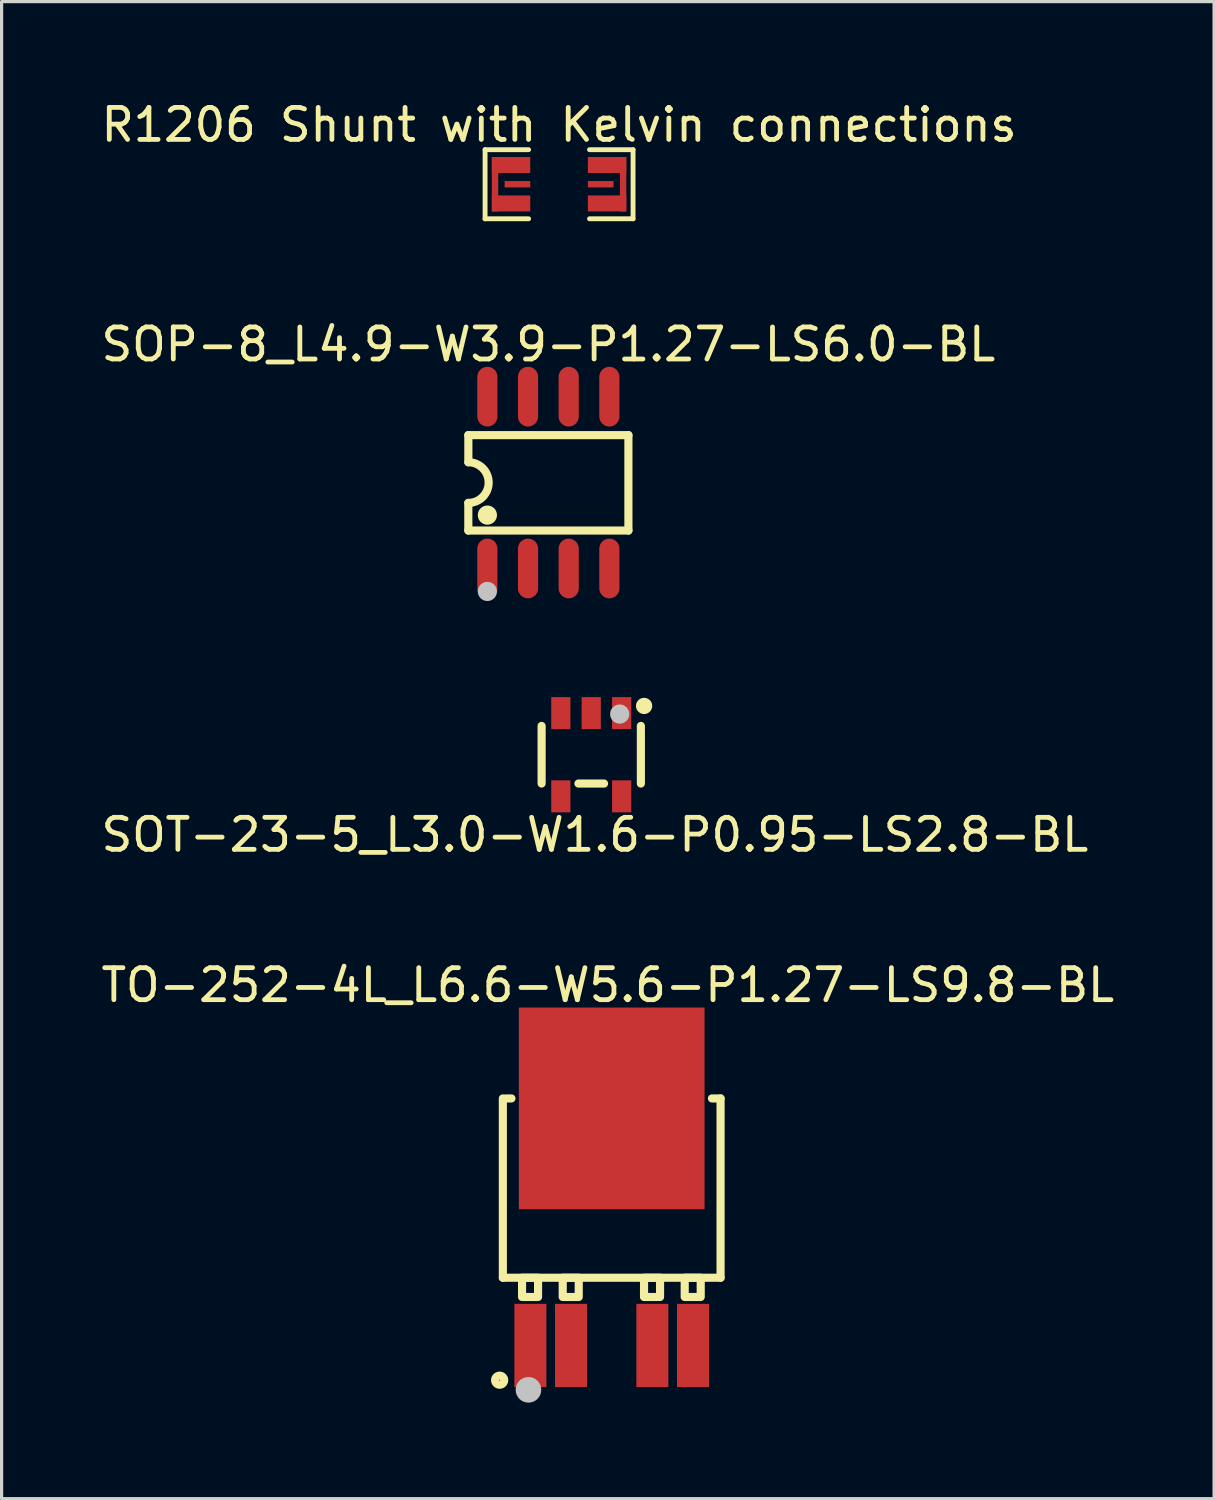
<source format=kicad_pcb>
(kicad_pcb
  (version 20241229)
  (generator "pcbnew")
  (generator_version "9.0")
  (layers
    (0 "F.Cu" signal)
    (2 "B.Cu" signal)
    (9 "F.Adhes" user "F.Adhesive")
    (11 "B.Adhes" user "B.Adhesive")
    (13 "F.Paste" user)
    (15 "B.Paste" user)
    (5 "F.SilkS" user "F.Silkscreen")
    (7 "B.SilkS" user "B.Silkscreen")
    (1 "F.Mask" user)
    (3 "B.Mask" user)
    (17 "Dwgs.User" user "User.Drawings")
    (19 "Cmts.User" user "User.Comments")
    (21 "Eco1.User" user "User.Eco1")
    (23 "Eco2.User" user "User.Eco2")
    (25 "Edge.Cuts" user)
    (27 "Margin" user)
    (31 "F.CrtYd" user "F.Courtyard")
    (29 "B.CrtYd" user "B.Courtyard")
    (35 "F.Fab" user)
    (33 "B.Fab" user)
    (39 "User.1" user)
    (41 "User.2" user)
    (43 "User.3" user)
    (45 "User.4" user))
  (footprint "R1206 Shunt with Kelvin connections"
    (layer "F.Cu")
    (at 14.411 2.704)
    (property "Reference" "R1206 Shunt with Kelvin connections" (at 0 -1.855 0) (layer "F.SilkS") (effects (font (size 1 1) (thickness 0.15))))
    (fp_line (start -2.311 -1.079) (end -0.951 -1.079) (stroke (width 0.152) (type default)) (layer "F.SilkS"))
    (fp_line (start -2.311 1.079) (end -2.311 -1.079) (stroke (width 0.152) (type default)) (layer "F.SilkS"))
    (fp_line (start -0.951 1.079) (end -2.311 1.079) (stroke (width 0.152) (type default)) (layer "F.SilkS"))
    (fp_line (start 0.951 1.079) (end 2.311 1.079) (stroke (width 0.152) (type default)) (layer "F.SilkS"))
    (fp_line (start 2.311 -1.079) (end 0.951 -1.079) (stroke (width 0.152) (type default)) (layer "F.SilkS"))
    (fp_line (start 2.311 1.079) (end 2.311 -1.079) (stroke (width 0.152) (type default)) (layer "F.SilkS"))
    (fp_poly (pts (xy -1.55 0.787) (xy -1.55 -0.787) (xy -1.1 -0.787) (xy -1.1 0.787)) (stroke (width 0.1) (type default)) (fill no) (layer "User.1"))
    (fp_poly (pts (xy 1.55 0.787) (xy 1.55 -0.787) (xy 1.1 -0.787) (xy 1.1 0.787)) (stroke (width 0.1) (type default)) (fill no) (layer "User.1"))
    (fp_line (start -1.55 -0.787) (end 1.55 -0.787) (stroke (width 0.051) (type default)) (layer "User.2"))
    (fp_line (start -1.55 0.787) (end -1.55 -0.787) (stroke (width 0.051) (type default)) (layer "User.2"))
    (fp_line (start 1.55 -0.787) (end 1.55 0.787) (stroke (width 0.051) (type default)) (layer "User.2"))
    (fp_line (start 1.55 0.787) (end -1.55 0.787) (stroke (width 0.051) (type default)) (layer "User.2"))
    (fp_poly (pts (xy -1.495 0.765) (xy -1.527 0.732) (xy -1.573 0.732) (xy -1.605 0.765) (xy -1.605 0.81) (xy -1.573 0.843) (xy -1.527 0.843) (xy -1.495 0.81)) (stroke (width 0.1) (type default)) (fill no) (layer "User.3"))
    (pad "1" smd rect (at -2 0) (size 0.2 1.7) (layers "F.Cu") (padstack (mode custom) (layer "B.Cu" (shape rect) (size 1.208 0.5))))
    (pad "1" smd rect (at -1.5 -0.6) (size 1.2 0.5) (layers "F.Cu" "F.Mask" "F.Paste") (padstack (mode custom) (layer "B.Cu" (shape rect) (size 1.208 0.5))))
    (pad "1" smd rect (at -1.5 0.6) (size 1.2 0.5) (layers "F.Cu" "F.Mask" "F.Paste") (padstack (mode custom) (layer "B.Cu" (shape rect) (size 1.208 0.5))))
    (pad "2" smd rect (at 1.5 -0.6) (size 1.2 0.5) (layers "F.Cu" "F.Mask" "F.Paste") (padstack (mode custom) (layer "B.Cu" (shape rect) (size 1.208 0.5))))
    (pad "2" smd rect (at 1.5 0.6) (size 1.2 0.5) (layers "F.Cu" "F.Mask" "F.Paste") (padstack (mode custom) (layer "B.Cu" (shape rect) (size 1.208 0.5))))
    (pad "2" smd rect (at 2 0) (size 0.2 1.7) (layers "F.Cu") (padstack (mode custom) (layer "B.Cu" (shape rect) (size 1.208 0.5))))
    (pad "3" smd rect (at -1.3 0) (size 0.8 0.2) (layers "F.Cu" "F.Mask" "F.Paste"))
    (pad "4" smd rect (at 1.3 0) (size 0.8 0.2) (layers "F.Cu" "F.Mask" "F.Paste")))
  (footprint "SOP-8_L4.9-W3.9-P1.27-LS6.0-BL"
    (layer "F.Cu")
    (at 14.077 12.022)
    (property "Reference" "SOP-8_L4.9-W3.9-P1.27-LS6.0-BL" (at 0 -4.315 0) (layer "F.SilkS") (effects (font (size 1 1) (thickness 0.15))))
    (fp_line (start -2.5 -1.482) (end 2.5 -1.482) (stroke (width 0.254) (type default)) (layer "F.SilkS"))
    (fp_line (start -2.5 0.635) (end -2.5 1.498) (stroke (width 0.254) (type default)) (layer "F.SilkS"))
    (fp_line (start -2.5 1.498) (end 2.5 1.498) (stroke (width 0.254) (type default)) (layer "F.SilkS"))
    (fp_line (start -2.499 -0.635) (end -2.499 -1.482) (stroke (width 0.254) (type default)) (layer "F.SilkS"))
    (fp_line (start 2.5 1.498) (end 2.5 -1.482) (stroke (width 0.254) (type default)) (layer "F.SilkS"))
    (fp_arc (start -2.4995 -0.635) (mid -1.8645 0.00025) (end -2.5 0.635) (stroke (width 0.254) (type default)) (layer "F.SilkS"))
    (fp_circle (center -1.905 1.016) (end -1.755 1.016) (stroke (width 0.3) (type default)) (fill no) (layer "F.SilkS"))
    (fp_circle (center -1.905 3.4) (end -1.755 3.4) (stroke (width 0.3) (type default)) (fill no) (layer "Dwgs.User"))
    (fp_poly (pts (xy -2.115 -2.232) (xy -1.695 -2.232) (xy -1.695 -1.942) (xy -2.115 -1.942)) (stroke (width 0.1) (type default)) (fill no) (layer "User.1"))
    (fp_poly (pts (xy -2.115 -2.165) (xy -2.115 -3) (xy -1.695 -3) (xy -1.695 -2.165)) (stroke (width 0.1) (type default)) (fill no) (layer "User.1"))
    (fp_poly (pts (xy -2.115 3) (xy -2.115 2.165) (xy -1.695 2.165) (xy -1.695 3)) (stroke (width 0.1) (type default)) (fill no) (layer "User.1"))
    (fp_poly (pts (xy -1.695 2.232) (xy -2.115 2.232) (xy -2.115 1.942) (xy -1.695 1.942)) (stroke (width 0.1) (type default)) (fill no) (layer "User.1"))
    (fp_poly (pts (xy -0.845 -2.232) (xy -0.425 -2.232) (xy -0.425 -1.942) (xy -0.845 -1.942)) (stroke (width 0.1) (type default)) (fill no) (layer "User.1"))
    (fp_poly (pts (xy -0.845 -2.165) (xy -0.845 -3) (xy -0.425 -3) (xy -0.425 -2.165)) (stroke (width 0.1) (type default)) (fill no) (layer "User.1"))
    (fp_poly (pts (xy -0.845 3) (xy -0.845 2.165) (xy -0.425 2.165) (xy -0.425 3)) (stroke (width 0.1) (type default)) (fill no) (layer "User.1"))
    (fp_poly (pts (xy -0.425 2.232) (xy -0.845 2.232) (xy -0.845 1.942) (xy -0.425 1.942)) (stroke (width 0.1) (type default)) (fill no) (layer "User.1"))
    (fp_poly (pts (xy 0.425 -2.232) (xy 0.845 -2.232) (xy 0.845 -1.942) (xy 0.425 -1.942)) (stroke (width 0.1) (type default)) (fill no) (layer "User.1"))
    (fp_poly (pts (xy 0.425 -2.165) (xy 0.425 -3) (xy 0.845 -3) (xy 0.845 -2.165)) (stroke (width 0.1) (type default)) (fill no) (layer "User.1"))
    (fp_poly (pts (xy 0.425 3) (xy 0.425 2.165) (xy 0.845 2.165) (xy 0.845 3)) (stroke (width 0.1) (type default)) (fill no) (layer "User.1"))
    (fp_poly (pts (xy 0.845 2.232) (xy 0.425 2.232) (xy 0.425 1.942) (xy 0.845 1.942)) (stroke (width 0.1) (type default)) (fill no) (layer "User.1"))
    (fp_poly (pts (xy 1.695 -2.232) (xy 2.115 -2.232) (xy 2.115 -1.942) (xy 1.695 -1.942)) (stroke (width 0.1) (type default)) (fill no) (layer "User.1"))
    (fp_poly (pts (xy 1.695 -2.165) (xy 1.695 -3) (xy 2.115 -3) (xy 2.115 -2.165)) (stroke (width 0.1) (type default)) (fill no) (layer "User.1"))
    (fp_poly (pts (xy 1.695 3) (xy 1.695 2.165) (xy 2.115 2.165) (xy 2.115 3)) (stroke (width 0.1) (type default)) (fill no) (layer "User.1"))
    (fp_poly (pts (xy 2.115 2.232) (xy 1.695 2.232) (xy 1.695 1.942) (xy 2.115 1.942)) (stroke (width 0.1) (type default)) (fill no) (layer "User.1"))
    (fp_line (start -2.45 -1.95) (end 2.45 -1.95) (stroke (width 0.051) (type default)) (layer "User.2"))
    (fp_line (start -2.45 1.95) (end -2.45 -1.95) (stroke (width 0.051) (type default)) (layer "User.2"))
    (fp_line (start 2.45 -1.95) (end 2.45 1.95) (stroke (width 0.051) (type default)) (layer "User.2"))
    (fp_line (start 2.45 1.95) (end -2.45 1.95) (stroke (width 0.051) (type default)) (layer "User.2"))
    (fp_poly (pts (xy -2.395 2.977) (xy -2.427 2.945) (xy -2.473 2.945) (xy -2.505 2.977) (xy -2.505 3.023) (xy -2.473 3.055) (xy -2.427 3.055) (xy -2.395 3.023)) (stroke (width 0.1) (type default)) (fill no) (layer "User.3"))
    (pad "1" smd oval (at -1.905 2.683) (size 0.63 1.865) (layers "F.Cu" "F.Mask" "F.Paste"))
    (pad "2" smd oval (at -0.635 2.683) (size 0.63 1.865) (layers "F.Cu" "F.Mask" "F.Paste"))
    (pad "3" smd oval (at 0.635 2.683) (size 0.63 1.865) (layers "F.Cu" "F.Mask" "F.Paste"))
    (pad "4" smd oval (at 1.905 2.683) (size 0.63 1.865) (layers "F.Cu" "F.Mask" "F.Paste"))
    (pad "5" smd oval (at 1.905 -2.683) (size 0.63 1.865) (layers "F.Cu" "F.Mask" "F.Paste"))
    (pad "6" smd oval (at 0.635 -2.683) (size 0.63 1.865) (layers "F.Cu" "F.Mask" "F.Paste"))
    (pad "7" smd oval (at -0.635 -2.683) (size 0.63 1.865) (layers "F.Cu" "F.Mask" "F.Paste"))
    (pad "8" smd oval (at -1.905 -2.683) (size 0.63 1.865) (layers "F.Cu" "F.Mask" "F.Paste")))
  (footprint "SOT-23-5_L3.0-W1.6-P0.95-LS2.8-BL"
    (layer "F.Cu")
    (at 15.416 20.522)
    (property "Reference" "SOT-23-5_L3.0-W1.6-P0.95-LS2.8-BL" (at 0.114 2.5 180) (layer "F.SilkS") (effects (font (size 1 1) (thickness 0.15))))
    (fp_line (start -1.55 0.9) (end -1.55 -0.9) (stroke (width 0.254) (type default)) (layer "F.SilkS"))
    (fp_line (start 0.4 0.9) (end -0.4 0.9) (stroke (width 0.254) (type default)) (layer "F.SilkS"))
    (fp_line (start 1.55 0.9) (end 1.55 -0.9) (stroke (width 0.254) (type default)) (layer "F.SilkS"))
    (fp_circle (center 1.651 -1.524) (end 1.524 -1.524) (stroke (width 0.254) (type default)) (fill no) (layer "F.SilkS"))
    (fp_circle (center 0.889 -1.27) (end 0.739 -1.27) (stroke (width 0.3) (type default)) (fill no) (layer "Dwgs.User"))
    (fp_rect (start -1.15 -1.4) (end -0.75 -0.95) (stroke (width 0.1) (type default)) (fill no) (layer "User.1"))
    (fp_rect (start -1.15 -0.96) (end -0.75 -0.79) (stroke (width 0.1) (type default)) (fill no) (layer "User.1"))
    (fp_rect (start -1.15 0.79) (end -0.75 0.96) (stroke (width 0.1) (type default)) (fill no) (layer "User.1"))
    (fp_rect (start -1.15 0.95) (end -0.75 1.4) (stroke (width 0.1) (type default)) (fill no) (layer "User.1"))
    (fp_rect (start -0.2 -1.4) (end 0.2 -0.95) (stroke (width 0.1) (type default)) (fill no) (layer "User.1"))
    (fp_rect (start -0.2 -0.96) (end 0.2 -0.79) (stroke (width 0.1) (type default)) (fill no) (layer "User.1"))
    (fp_rect (start 0.75 -1.4) (end 1.15 -0.95) (stroke (width 0.1) (type default)) (fill no) (layer "User.1"))
    (fp_rect (start 0.75 -0.96) (end 1.15 -0.79) (stroke (width 0.1) (type default)) (fill no) (layer "User.1"))
    (fp_rect (start 0.75 0.79) (end 1.15 0.96) (stroke (width 0.1) (type default)) (fill no) (layer "User.1"))
    (fp_rect (start 0.75 0.95) (end 1.15 1.4) (stroke (width 0.1) (type default)) (fill no) (layer "User.1"))
    (fp_line (start -1.45 -0.8) (end 1.45 -0.8) (stroke (width 0.051) (type default)) (layer "User.2"))
    (fp_line (start -1.45 0.8) (end -1.45 -0.8) (stroke (width 0.051) (type default)) (layer "User.2"))
    (fp_line (start 1.45 -0.8) (end 1.45 0.8) (stroke (width 0.051) (type default)) (layer "User.2"))
    (fp_line (start 1.45 0.8) (end -1.45 0.8) (stroke (width 0.051) (type default)) (layer "User.2"))
    (fp_poly (pts (xy 1.395 -1.377) (xy 1.427 -1.345) (xy 1.473 -1.345) (xy 1.505 -1.377) (xy 1.505 -1.423) (xy 1.473 -1.455) (xy 1.427 -1.455) (xy 1.395 -1.423)) (stroke (width 0.1) (type default)) (fill no) (layer "User.3"))
    (pad "1" smd rect (at 0.95 -1.3 90) (size 1 0.6) (layers "F.Cu" "F.Mask" "F.Paste"))
    (pad "2" smd rect (at 0 -1.3 90) (size 1 0.6) (layers "F.Cu" "F.Mask" "F.Paste"))
    (pad "3" smd rect (at -0.95 -1.3 90) (size 1 0.6) (layers "F.Cu" "F.Mask" "F.Paste"))
    (pad "4" smd rect (at -0.95 1.3 90) (size 1 0.6) (layers "F.Cu" "F.Mask" "F.Paste"))
    (pad "5" smd rect (at 0.95 1.3 90) (size 1 0.6) (layers "F.Cu" "F.Mask" "F.Paste")))
  (footprint "TO-252-4L_L6.6-W5.6-P1.27-LS9.8-BL"
    (layer "F.Cu")
    (at 16.055 35.27)
    (property "Reference" "TO-252-4L_L6.6-W5.6-P1.27-LS9.8-BL" (at -0.121 -7.552 0) (layer "F.SilkS") (effects (font (size 1 1) (thickness 0.15))))
    (fp_line (start -3.4 1.587) (end -3.4 -4.013) (stroke (width 0.254) (type default)) (layer "F.SilkS"))
    (fp_line (start -3.3 -4.013) (end -3.131 -4.013) (stroke (width 0.254) (type default)) (layer "F.SilkS"))
    (fp_line (start 3.131 -4.013) (end 3.4 -4.013) (stroke (width 0.254) (type default)) (layer "F.SilkS"))
    (fp_line (start 3.4 -4.013) (end 3.4 1.587) (stroke (width 0.254) (type default)) (layer "F.SilkS"))
    (fp_line (start 3.4 1.587) (end -3.4 1.587) (stroke (width 0.254) (type default)) (layer "F.SilkS"))
    (fp_rect (start -2.8 1.587) (end -2.3 2.188) (stroke (width 0.254) (type default)) (fill no) (layer "F.SilkS"))
    (fp_rect (start -1.53 1.587) (end -1.03 2.188) (stroke (width 0.254) (type default)) (fill no) (layer "F.SilkS"))
    (fp_rect (start 1.01 1.587) (end 1.51 2.188) (stroke (width 0.254) (type default)) (fill no) (layer "F.SilkS"))
    (fp_rect (start 2.28 1.587) (end 2.78 2.188) (stroke (width 0.254) (type default)) (fill no) (layer "F.SilkS"))
    (fp_circle (center -3.5 4.787) (end -3.358 4.787) (stroke (width 0.254) (type default)) (fill no) (layer "F.SilkS"))
    (fp_circle (center -2.6 5.088) (end -2.4 5.088) (stroke (width 0.4) (type default)) (fill no) (layer "Dwgs.User"))
    (fp_poly (pts (xy -2.805 2.697) (xy -2.805 1.577) (xy -2.275 1.577) (xy -2.275 2.697)) (stroke (width 0.1) (type default)) (fill no) (layer "User.1"))
    (fp_poly (pts (xy -2.805 4.287) (xy -2.805 2.688) (xy -2.275 2.688) (xy -2.275 4.287)) (stroke (width 0.1) (type default)) (fill no) (layer "User.1"))
    (fp_poly (pts (xy -2.675 -5.513) (xy 2.675 -5.513) (xy 2.675 -0.943) (xy -2.675 -0.943)) (stroke (width 0.1) (type default)) (fill no) (layer "User.1"))
    (fp_poly (pts (xy -1.535 2.697) (xy -1.535 1.577) (xy -1.005 1.577) (xy -1.005 2.697)) (stroke (width 0.1) (type default)) (fill no) (layer "User.1"))
    (fp_poly (pts (xy -1.535 4.287) (xy -1.535 2.688) (xy -1.005 2.688) (xy -1.005 4.287)) (stroke (width 0.1) (type default)) (fill no) (layer "User.1"))
    (fp_poly (pts (xy 1.005 2.697) (xy 1.005 1.577) (xy 1.535 1.577) (xy 1.535 2.697)) (stroke (width 0.1) (type default)) (fill no) (layer "User.1"))
    (fp_poly (pts (xy 1.005 4.287) (xy 1.005 2.688) (xy 1.535 2.688) (xy 1.535 4.287)) (stroke (width 0.1) (type default)) (fill no) (layer "User.1"))
    (fp_poly (pts (xy 2.275 2.697) (xy 2.275 1.577) (xy 2.805 1.577) (xy 2.805 2.697)) (stroke (width 0.1) (type default)) (fill no) (layer "User.1"))
    (fp_poly (pts (xy 2.275 4.287) (xy 2.275 2.688) (xy 2.805 2.688) (xy 2.805 4.287)) (stroke (width 0.1) (type default)) (fill no) (layer "User.1"))
    (fp_line (start -3.3 -4.013) (end 3.3 -4.013) (stroke (width 0.051) (type default)) (layer "User.2"))
    (fp_line (start -3.3 1.587) (end -3.3 -4.013) (stroke (width 0.051) (type default)) (layer "User.2"))
    (fp_line (start 3.3 -4.013) (end 3.3 1.587) (stroke (width 0.051) (type default)) (layer "User.2"))
    (fp_line (start 3.3 1.587) (end -3.3 1.587) (stroke (width 0.051) (type default)) (layer "User.2"))
    (fp_poly (pts (xy -3.245 4.265) (xy -3.277 4.232) (xy -3.323 4.232) (xy -3.355 4.265) (xy -3.355 4.31) (xy -3.323 4.343) (xy -3.277 4.343) (xy -3.245 4.31)) (stroke (width 0.1) (type default)) (fill no) (layer "User.3"))
    (pad "1" smd rect (at -2.54 3.702) (size 1 2.6) (layers "F.Cu" "F.Mask" "F.Paste"))
    (pad "2" smd rect (at -1.27 3.702) (size 1 2.6) (layers "F.Cu" "F.Mask" "F.Paste"))
    (pad "4" smd rect (at 1.27 3.702) (size 1 2.6) (layers "F.Cu" "F.Mask" "F.Paste"))
    (pad "5" smd rect (at 2.54 3.702) (size 1 2.6) (layers "F.Cu" "F.Mask" "F.Paste"))
    (pad "6" smd rect (at 0 -3.702) (size 5.8 6.3) (layers "F.Cu" "F.Mask" "F.Paste")))
  (gr_rect
    (start -3 -3)
    (end 34.869 43.758)
    (stroke (width 0.1) (type default))
    (fill no)
    (layer "Edge.Cuts")))
</source>
